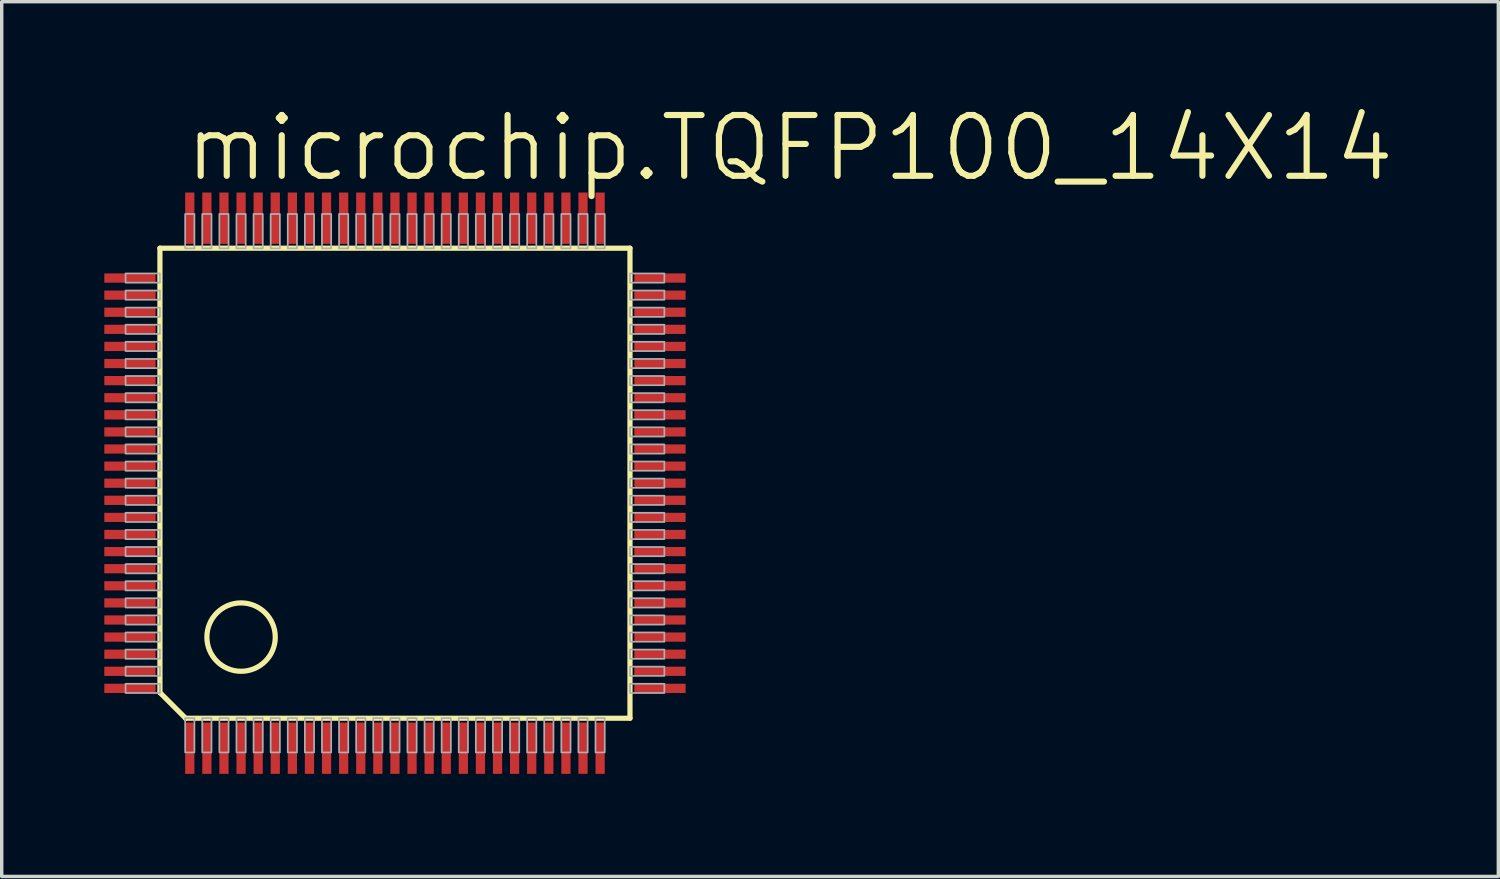
<source format=kicad_pcb>
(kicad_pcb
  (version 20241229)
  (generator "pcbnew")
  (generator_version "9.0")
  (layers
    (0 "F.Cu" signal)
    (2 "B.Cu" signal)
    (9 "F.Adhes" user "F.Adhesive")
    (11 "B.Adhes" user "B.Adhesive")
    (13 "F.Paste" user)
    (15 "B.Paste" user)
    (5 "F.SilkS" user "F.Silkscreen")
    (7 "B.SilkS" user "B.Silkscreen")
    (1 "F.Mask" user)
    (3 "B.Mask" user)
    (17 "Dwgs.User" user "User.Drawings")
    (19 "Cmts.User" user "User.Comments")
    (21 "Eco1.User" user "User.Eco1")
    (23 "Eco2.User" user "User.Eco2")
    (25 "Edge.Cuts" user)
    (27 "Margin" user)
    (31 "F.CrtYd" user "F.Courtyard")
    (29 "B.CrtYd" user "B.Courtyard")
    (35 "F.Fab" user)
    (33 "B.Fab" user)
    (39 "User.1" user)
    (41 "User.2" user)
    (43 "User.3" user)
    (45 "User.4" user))
  (footprint "microchip.TQFP100_14X14"
    (layer "F.Cu")
    (at 8.5 11.081)
    (property "Reference" "microchip.TQFP100_14X14" (at -6.223 -8.763 0) (layer "F.SilkS") (effects (font (size 1.778 1.778) (thickness 0.18)) (justify left bottom)))
    (attr smd)
    (fp_line (start -6.873 -6.873) (end 6.873 -6.873) (stroke (width 0.152) (type default)) (layer "F.SilkS"))
    (fp_line (start -6.873 6.123) (end -6.873 -6.873) (stroke (width 0.152) (type default)) (layer "F.SilkS"))
    (fp_line (start -6.123 6.873) (end -6.873 6.123) (stroke (width 0.152) (type default)) (layer "F.SilkS"))
    (fp_line (start 6.873 -6.873) (end 6.873 6.873) (stroke (width 0.152) (type default)) (layer "F.SilkS"))
    (fp_line (start 6.873 6.873) (end -6.123 6.873) (stroke (width 0.152) (type default)) (layer "F.SilkS"))
    (fp_circle (center -4.5 4.5) (end -3.5 4.5) (stroke (width 0.152) (type default)) (fill no) (layer "F.SilkS"))
    (fp_rect (start -7.878 -5.865) (end -6.873 -6.135) (stroke (width 0.05) (type default)) (fill no) (layer "F.Fab"))
    (fp_rect (start -7.878 -5.365) (end -6.873 -5.635) (stroke (width 0.05) (type default)) (fill no) (layer "F.Fab"))
    (fp_rect (start -7.878 -4.865) (end -6.873 -5.135) (stroke (width 0.05) (type default)) (fill no) (layer "F.Fab"))
    (fp_rect (start -7.878 -4.365) (end -6.873 -4.635) (stroke (width 0.05) (type default)) (fill no) (layer "F.Fab"))
    (fp_rect (start -7.878 -3.865) (end -6.873 -4.135) (stroke (width 0.05) (type default)) (fill no) (layer "F.Fab"))
    (fp_rect (start -7.878 -3.365) (end -6.873 -3.635) (stroke (width 0.05) (type default)) (fill no) (layer "F.Fab"))
    (fp_rect (start -7.878 -2.865) (end -6.873 -3.135) (stroke (width 0.05) (type default)) (fill no) (layer "F.Fab"))
    (fp_rect (start -7.878 -2.365) (end -6.873 -2.635) (stroke (width 0.05) (type default)) (fill no) (layer "F.Fab"))
    (fp_rect (start -7.878 -1.865) (end -6.873 -2.135) (stroke (width 0.05) (type default)) (fill no) (layer "F.Fab"))
    (fp_rect (start -7.878 -1.365) (end -6.873 -1.635) (stroke (width 0.05) (type default)) (fill no) (layer "F.Fab"))
    (fp_rect (start -7.878 -0.865) (end -6.873 -1.135) (stroke (width 0.05) (type default)) (fill no) (layer "F.Fab"))
    (fp_rect (start -7.878 -0.365) (end -6.873 -0.635) (stroke (width 0.05) (type default)) (fill no) (layer "F.Fab"))
    (fp_rect (start -7.878 0.135) (end -6.873 -0.135) (stroke (width 0.05) (type default)) (fill no) (layer "F.Fab"))
    (fp_rect (start -7.878 0.635) (end -6.873 0.365) (stroke (width 0.05) (type default)) (fill no) (layer "F.Fab"))
    (fp_rect (start -7.878 1.135) (end -6.873 0.865) (stroke (width 0.05) (type default)) (fill no) (layer "F.Fab"))
    (fp_rect (start -7.878 1.635) (end -6.873 1.365) (stroke (width 0.05) (type default)) (fill no) (layer "F.Fab"))
    (fp_rect (start -7.878 2.135) (end -6.873 1.865) (stroke (width 0.05) (type default)) (fill no) (layer "F.Fab"))
    (fp_rect (start -7.878 2.635) (end -6.873 2.365) (stroke (width 0.05) (type default)) (fill no) (layer "F.Fab"))
    (fp_rect (start -7.878 3.135) (end -6.873 2.865) (stroke (width 0.05) (type default)) (fill no) (layer "F.Fab"))
    (fp_rect (start -7.878 3.635) (end -6.873 3.365) (stroke (width 0.05) (type default)) (fill no) (layer "F.Fab"))
    (fp_rect (start -7.878 4.135) (end -6.873 3.865) (stroke (width 0.05) (type default)) (fill no) (layer "F.Fab"))
    (fp_rect (start -7.878 4.635) (end -6.873 4.365) (stroke (width 0.05) (type default)) (fill no) (layer "F.Fab"))
    (fp_rect (start -7.878 5.135) (end -6.873 4.865) (stroke (width 0.05) (type default)) (fill no) (layer "F.Fab"))
    (fp_rect (start -7.878 5.635) (end -6.873 5.365) (stroke (width 0.05) (type default)) (fill no) (layer "F.Fab"))
    (fp_rect (start -7.878 6.135) (end -6.873 5.865) (stroke (width 0.05) (type default)) (fill no) (layer "F.Fab"))
    (fp_rect (start -6.135 -6.868) (end -5.865 -7.873) (stroke (width 0.05) (type default)) (fill no) (layer "F.Fab"))
    (fp_rect (start -6.135 7.873) (end -5.865 6.868) (stroke (width 0.05) (type default)) (fill no) (layer "F.Fab"))
    (fp_rect (start -5.635 -6.868) (end -5.365 -7.873) (stroke (width 0.05) (type default)) (fill no) (layer "F.Fab"))
    (fp_rect (start -5.635 7.873) (end -5.365 6.868) (stroke (width 0.05) (type default)) (fill no) (layer "F.Fab"))
    (fp_rect (start -5.135 -6.868) (end -4.865 -7.873) (stroke (width 0.05) (type default)) (fill no) (layer "F.Fab"))
    (fp_rect (start -5.135 7.873) (end -4.865 6.868) (stroke (width 0.05) (type default)) (fill no) (layer "F.Fab"))
    (fp_rect (start -4.635 -6.868) (end -4.365 -7.873) (stroke (width 0.05) (type default)) (fill no) (layer "F.Fab"))
    (fp_rect (start -4.635 7.873) (end -4.365 6.868) (stroke (width 0.05) (type default)) (fill no) (layer "F.Fab"))
    (fp_rect (start -4.135 -6.868) (end -3.865 -7.873) (stroke (width 0.05) (type default)) (fill no) (layer "F.Fab"))
    (fp_rect (start -4.135 7.873) (end -3.865 6.868) (stroke (width 0.05) (type default)) (fill no) (layer "F.Fab"))
    (fp_rect (start -3.635 -6.868) (end -3.365 -7.873) (stroke (width 0.05) (type default)) (fill no) (layer "F.Fab"))
    (fp_rect (start -3.635 7.873) (end -3.365 6.868) (stroke (width 0.05) (type default)) (fill no) (layer "F.Fab"))
    (fp_rect (start -3.135 -6.868) (end -2.865 -7.873) (stroke (width 0.05) (type default)) (fill no) (layer "F.Fab"))
    (fp_rect (start -3.135 7.873) (end -2.865 6.868) (stroke (width 0.05) (type default)) (fill no) (layer "F.Fab"))
    (fp_rect (start -2.635 -6.868) (end -2.365 -7.873) (stroke (width 0.05) (type default)) (fill no) (layer "F.Fab"))
    (fp_rect (start -2.635 7.873) (end -2.365 6.868) (stroke (width 0.05) (type default)) (fill no) (layer "F.Fab"))
    (fp_rect (start -2.135 -6.868) (end -1.865 -7.873) (stroke (width 0.05) (type default)) (fill no) (layer "F.Fab"))
    (fp_rect (start -2.135 7.873) (end -1.865 6.868) (stroke (width 0.05) (type default)) (fill no) (layer "F.Fab"))
    (fp_rect (start -1.635 -6.868) (end -1.365 -7.873) (stroke (width 0.05) (type default)) (fill no) (layer "F.Fab"))
    (fp_rect (start -1.635 7.873) (end -1.365 6.868) (stroke (width 0.05) (type default)) (fill no) (layer "F.Fab"))
    (fp_rect (start -1.135 -6.868) (end -0.865 -7.873) (stroke (width 0.05) (type default)) (fill no) (layer "F.Fab"))
    (fp_rect (start -1.135 7.873) (end -0.865 6.868) (stroke (width 0.05) (type default)) (fill no) (layer "F.Fab"))
    (fp_rect (start -0.635 -6.868) (end -0.365 -7.873) (stroke (width 0.05) (type default)) (fill no) (layer "F.Fab"))
    (fp_rect (start -0.635 7.873) (end -0.365 6.868) (stroke (width 0.05) (type default)) (fill no) (layer "F.Fab"))
    (fp_rect (start -0.135 -6.868) (end 0.135 -7.873) (stroke (width 0.05) (type default)) (fill no) (layer "F.Fab"))
    (fp_rect (start -0.135 7.873) (end 0.135 6.868) (stroke (width 0.05) (type default)) (fill no) (layer "F.Fab"))
    (fp_rect (start 0.365 -6.868) (end 0.635 -7.873) (stroke (width 0.05) (type default)) (fill no) (layer "F.Fab"))
    (fp_rect (start 0.365 7.873) (end 0.635 6.868) (stroke (width 0.05) (type default)) (fill no) (layer "F.Fab"))
    (fp_rect (start 0.865 -6.868) (end 1.135 -7.873) (stroke (width 0.05) (type default)) (fill no) (layer "F.Fab"))
    (fp_rect (start 0.865 7.873) (end 1.135 6.868) (stroke (width 0.05) (type default)) (fill no) (layer "F.Fab"))
    (fp_rect (start 1.365 -6.868) (end 1.635 -7.873) (stroke (width 0.05) (type default)) (fill no) (layer "F.Fab"))
    (fp_rect (start 1.365 7.873) (end 1.635 6.868) (stroke (width 0.05) (type default)) (fill no) (layer "F.Fab"))
    (fp_rect (start 1.865 -6.868) (end 2.135 -7.873) (stroke (width 0.05) (type default)) (fill no) (layer "F.Fab"))
    (fp_rect (start 1.865 7.873) (end 2.135 6.868) (stroke (width 0.05) (type default)) (fill no) (layer "F.Fab"))
    (fp_rect (start 2.365 -6.868) (end 2.635 -7.873) (stroke (width 0.05) (type default)) (fill no) (layer "F.Fab"))
    (fp_rect (start 2.365 7.873) (end 2.635 6.868) (stroke (width 0.05) (type default)) (fill no) (layer "F.Fab"))
    (fp_rect (start 2.865 -6.868) (end 3.135 -7.873) (stroke (width 0.05) (type default)) (fill no) (layer "F.Fab"))
    (fp_rect (start 2.865 7.873) (end 3.135 6.868) (stroke (width 0.05) (type default)) (fill no) (layer "F.Fab"))
    (fp_rect (start 3.365 -6.868) (end 3.635 -7.873) (stroke (width 0.05) (type default)) (fill no) (layer "F.Fab"))
    (fp_rect (start 3.365 7.873) (end 3.635 6.868) (stroke (width 0.05) (type default)) (fill no) (layer "F.Fab"))
    (fp_rect (start 3.865 -6.868) (end 4.135 -7.873) (stroke (width 0.05) (type default)) (fill no) (layer "F.Fab"))
    (fp_rect (start 3.865 7.873) (end 4.135 6.868) (stroke (width 0.05) (type default)) (fill no) (layer "F.Fab"))
    (fp_rect (start 4.365 -6.868) (end 4.635 -7.873) (stroke (width 0.05) (type default)) (fill no) (layer "F.Fab"))
    (fp_rect (start 4.365 7.873) (end 4.635 6.868) (stroke (width 0.05) (type default)) (fill no) (layer "F.Fab"))
    (fp_rect (start 4.865 -6.868) (end 5.135 -7.873) (stroke (width 0.05) (type default)) (fill no) (layer "F.Fab"))
    (fp_rect (start 4.865 7.873) (end 5.135 6.868) (stroke (width 0.05) (type default)) (fill no) (layer "F.Fab"))
    (fp_rect (start 5.365 -6.868) (end 5.635 -7.873) (stroke (width 0.05) (type default)) (fill no) (layer "F.Fab"))
    (fp_rect (start 5.365 7.873) (end 5.635 6.868) (stroke (width 0.05) (type default)) (fill no) (layer "F.Fab"))
    (fp_rect (start 5.865 -6.868) (end 6.135 -7.873) (stroke (width 0.05) (type default)) (fill no) (layer "F.Fab"))
    (fp_rect (start 5.865 7.873) (end 6.135 6.868) (stroke (width 0.05) (type default)) (fill no) (layer "F.Fab"))
    (fp_rect (start 6.873 -5.865) (end 7.878 -6.135) (stroke (width 0.05) (type default)) (fill no) (layer "F.Fab"))
    (fp_rect (start 6.873 -5.365) (end 7.878 -5.635) (stroke (width 0.05) (type default)) (fill no) (layer "F.Fab"))
    (fp_rect (start 6.873 -4.865) (end 7.878 -5.135) (stroke (width 0.05) (type default)) (fill no) (layer "F.Fab"))
    (fp_rect (start 6.873 -4.365) (end 7.878 -4.635) (stroke (width 0.05) (type default)) (fill no) (layer "F.Fab"))
    (fp_rect (start 6.873 -3.865) (end 7.878 -4.135) (stroke (width 0.05) (type default)) (fill no) (layer "F.Fab"))
    (fp_rect (start 6.873 -3.365) (end 7.878 -3.635) (stroke (width 0.05) (type default)) (fill no) (layer "F.Fab"))
    (fp_rect (start 6.873 -2.865) (end 7.878 -3.135) (stroke (width 0.05) (type default)) (fill no) (layer "F.Fab"))
    (fp_rect (start 6.873 -2.365) (end 7.878 -2.635) (stroke (width 0.05) (type default)) (fill no) (layer "F.Fab"))
    (fp_rect (start 6.873 -1.865) (end 7.878 -2.135) (stroke (width 0.05) (type default)) (fill no) (layer "F.Fab"))
    (fp_rect (start 6.873 -1.365) (end 7.878 -1.635) (stroke (width 0.05) (type default)) (fill no) (layer "F.Fab"))
    (fp_rect (start 6.873 -0.865) (end 7.878 -1.135) (stroke (width 0.05) (type default)) (fill no) (layer "F.Fab"))
    (fp_rect (start 6.873 -0.365) (end 7.878 -0.635) (stroke (width 0.05) (type default)) (fill no) (layer "F.Fab"))
    (fp_rect (start 6.873 0.135) (end 7.878 -0.135) (stroke (width 0.05) (type default)) (fill no) (layer "F.Fab"))
    (fp_rect (start 6.873 0.635) (end 7.878 0.365) (stroke (width 0.05) (type default)) (fill no) (layer "F.Fab"))
    (fp_rect (start 6.873 1.135) (end 7.878 0.865) (stroke (width 0.05) (type default)) (fill no) (layer "F.Fab"))
    (fp_rect (start 6.873 1.635) (end 7.878 1.365) (stroke (width 0.05) (type default)) (fill no) (layer "F.Fab"))
    (fp_rect (start 6.873 2.135) (end 7.878 1.865) (stroke (width 0.05) (type default)) (fill no) (layer "F.Fab"))
    (fp_rect (start 6.873 2.635) (end 7.878 2.365) (stroke (width 0.05) (type default)) (fill no) (layer "F.Fab"))
    (fp_rect (start 6.873 3.135) (end 7.878 2.865) (stroke (width 0.05) (type default)) (fill no) (layer "F.Fab"))
    (fp_rect (start 6.873 3.635) (end 7.878 3.365) (stroke (width 0.05) (type default)) (fill no) (layer "F.Fab"))
    (fp_rect (start 6.873 4.135) (end 7.878 3.865) (stroke (width 0.05) (type default)) (fill no) (layer "F.Fab"))
    (fp_rect (start 6.873 4.635) (end 7.878 4.365) (stroke (width 0.05) (type default)) (fill no) (layer "F.Fab"))
    (fp_rect (start 6.873 5.135) (end 7.878 4.865) (stroke (width 0.05) (type default)) (fill no) (layer "F.Fab"))
    (fp_rect (start 6.873 5.635) (end 7.878 5.365) (stroke (width 0.05) (type default)) (fill no) (layer "F.Fab"))
    (fp_rect (start 6.873 6.135) (end 7.878 5.865) (stroke (width 0.05) (type default)) (fill no) (layer "F.Fab"))
    (pad "1" smd roundrect (at -6 7.75) (size 0.27 1.5) (layers "F.Cu" "F.Mask" "F.Paste") (roundrect_rratio 0.01))
    (pad "2" smd roundrect (at -5.5 7.75) (size 0.27 1.5) (layers "F.Cu" "F.Mask" "F.Paste") (roundrect_rratio 0.01))
    (pad "3" smd roundrect (at -5 7.75) (size 0.27 1.5) (layers "F.Cu" "F.Mask" "F.Paste") (roundrect_rratio 0.01))
    (pad "4" smd roundrect (at -4.5 7.75) (size 0.27 1.5) (layers "F.Cu" "F.Mask" "F.Paste") (roundrect_rratio 0.01))
    (pad "5" smd roundrect (at -4 7.75) (size 0.27 1.5) (layers "F.Cu" "F.Mask" "F.Paste") (roundrect_rratio 0.01))
    (pad "6" smd roundrect (at -3.5 7.75) (size 0.27 1.5) (layers "F.Cu" "F.Mask" "F.Paste") (roundrect_rratio 0.01))
    (pad "7" smd roundrect (at -3 7.75) (size 0.27 1.5) (layers "F.Cu" "F.Mask" "F.Paste") (roundrect_rratio 0.01))
    (pad "8" smd roundrect (at -2.5 7.75) (size 0.27 1.5) (layers "F.Cu" "F.Mask" "F.Paste") (roundrect_rratio 0.01))
    (pad "9" smd roundrect (at -2 7.75) (size 0.27 1.5) (layers "F.Cu" "F.Mask" "F.Paste") (roundrect_rratio 0.01))
    (pad "10" smd roundrect (at -1.5 7.75) (size 0.27 1.5) (layers "F.Cu" "F.Mask" "F.Paste") (roundrect_rratio 0.01))
    (pad "11" smd roundrect (at -1 7.75) (size 0.27 1.5) (layers "F.Cu" "F.Mask" "F.Paste") (roundrect_rratio 0.01))
    (pad "12" smd roundrect (at -0.5 7.75) (size 0.27 1.5) (layers "F.Cu" "F.Mask" "F.Paste") (roundrect_rratio 0.01))
    (pad "13" smd roundrect (at 0 7.75) (size 0.27 1.5) (layers "F.Cu" "F.Mask" "F.Paste") (roundrect_rratio 0.01))
    (pad "14" smd roundrect (at 0.5 7.75) (size 0.27 1.5) (layers "F.Cu" "F.Mask" "F.Paste") (roundrect_rratio 0.01))
    (pad "15" smd roundrect (at 1 7.75) (size 0.27 1.5) (layers "F.Cu" "F.Mask" "F.Paste") (roundrect_rratio 0.01))
    (pad "16" smd roundrect (at 1.5 7.75) (size 0.27 1.5) (layers "F.Cu" "F.Mask" "F.Paste") (roundrect_rratio 0.01))
    (pad "17" smd roundrect (at 2 7.75) (size 0.27 1.5) (layers "F.Cu" "F.Mask" "F.Paste") (roundrect_rratio 0.01))
    (pad "18" smd roundrect (at 2.5 7.75) (size 0.27 1.5) (layers "F.Cu" "F.Mask" "F.Paste") (roundrect_rratio 0.01))
    (pad "19" smd roundrect (at 3 7.75) (size 0.27 1.5) (layers "F.Cu" "F.Mask" "F.Paste") (roundrect_rratio 0.01))
    (pad "20" smd roundrect (at 3.5 7.75) (size 0.27 1.5) (layers "F.Cu" "F.Mask" "F.Paste") (roundrect_rratio 0.01))
    (pad "21" smd roundrect (at 4 7.75) (size 0.27 1.5) (layers "F.Cu" "F.Mask" "F.Paste") (roundrect_rratio 0.01))
    (pad "22" smd roundrect (at 4.5 7.75) (size 0.27 1.5) (layers "F.Cu" "F.Mask" "F.Paste") (roundrect_rratio 0.01))
    (pad "23" smd roundrect (at 5 7.75) (size 0.27 1.5) (layers "F.Cu" "F.Mask" "F.Paste") (roundrect_rratio 0.01))
    (pad "24" smd roundrect (at 5.5 7.75) (size 0.27 1.5) (layers "F.Cu" "F.Mask" "F.Paste") (roundrect_rratio 0.01))
    (pad "25" smd roundrect (at 6 7.75) (size 0.27 1.5) (layers "F.Cu" "F.Mask" "F.Paste") (roundrect_rratio 0.01))
    (pad "26" smd roundrect (at 7.75 6) (size 1.5 0.27) (layers "F.Cu" "F.Mask" "F.Paste") (roundrect_rratio 0.01))
    (pad "27" smd roundrect (at 7.75 5.5) (size 1.5 0.27) (layers "F.Cu" "F.Mask" "F.Paste") (roundrect_rratio 0.01))
    (pad "28" smd roundrect (at 7.75 5) (size 1.5 0.27) (layers "F.Cu" "F.Mask" "F.Paste") (roundrect_rratio 0.01))
    (pad "29" smd roundrect (at 7.75 4.5) (size 1.5 0.27) (layers "F.Cu" "F.Mask" "F.Paste") (roundrect_rratio 0.01))
    (pad "30" smd roundrect (at 7.75 4) (size 1.5 0.27) (layers "F.Cu" "F.Mask" "F.Paste") (roundrect_rratio 0.01))
    (pad "31" smd roundrect (at 7.75 3.5) (size 1.5 0.27) (layers "F.Cu" "F.Mask" "F.Paste") (roundrect_rratio 0.01))
    (pad "32" smd roundrect (at 7.75 3) (size 1.5 0.27) (layers "F.Cu" "F.Mask" "F.Paste") (roundrect_rratio 0.01))
    (pad "33" smd roundrect (at 7.75 2.5) (size 1.5 0.27) (layers "F.Cu" "F.Mask" "F.Paste") (roundrect_rratio 0.01))
    (pad "34" smd roundrect (at 7.75 2) (size 1.5 0.27) (layers "F.Cu" "F.Mask" "F.Paste") (roundrect_rratio 0.01))
    (pad "35" smd roundrect (at 7.75 1.5) (size 1.5 0.27) (layers "F.Cu" "F.Mask" "F.Paste") (roundrect_rratio 0.01))
    (pad "36" smd roundrect (at 7.75 1) (size 1.5 0.27) (layers "F.Cu" "F.Mask" "F.Paste") (roundrect_rratio 0.01))
    (pad "37" smd roundrect (at 7.75 0.5) (size 1.5 0.27) (layers "F.Cu" "F.Mask" "F.Paste") (roundrect_rratio 0.01))
    (pad "38" smd roundrect (at 7.75 0) (size 1.5 0.27) (layers "F.Cu" "F.Mask" "F.Paste") (roundrect_rratio 0.01))
    (pad "39" smd roundrect (at 7.75 -0.5) (size 1.5 0.27) (layers "F.Cu" "F.Mask" "F.Paste") (roundrect_rratio 0.01))
    (pad "40" smd roundrect (at 7.75 -1) (size 1.5 0.27) (layers "F.Cu" "F.Mask" "F.Paste") (roundrect_rratio 0.01))
    (pad "41" smd roundrect (at 7.75 -1.5) (size 1.5 0.27) (layers "F.Cu" "F.Mask" "F.Paste") (roundrect_rratio 0.01))
    (pad "42" smd roundrect (at 7.75 -2) (size 1.5 0.27) (layers "F.Cu" "F.Mask" "F.Paste") (roundrect_rratio 0.01))
    (pad "43" smd roundrect (at 7.75 -2.5) (size 1.5 0.27) (layers "F.Cu" "F.Mask" "F.Paste") (roundrect_rratio 0.01))
    (pad "44" smd roundrect (at 7.75 -3) (size 1.5 0.27) (layers "F.Cu" "F.Mask" "F.Paste") (roundrect_rratio 0.01))
    (pad "45" smd roundrect (at 7.75 -3.5) (size 1.5 0.27) (layers "F.Cu" "F.Mask" "F.Paste") (roundrect_rratio 0.01))
    (pad "46" smd roundrect (at 7.75 -4) (size 1.5 0.27) (layers "F.Cu" "F.Mask" "F.Paste") (roundrect_rratio 0.01))
    (pad "47" smd roundrect (at 7.75 -4.5) (size 1.5 0.27) (layers "F.Cu" "F.Mask" "F.Paste") (roundrect_rratio 0.01))
    (pad "48" smd roundrect (at 7.75 -5) (size 1.5 0.27) (layers "F.Cu" "F.Mask" "F.Paste") (roundrect_rratio 0.01))
    (pad "49" smd roundrect (at 7.75 -5.5) (size 1.5 0.27) (layers "F.Cu" "F.Mask" "F.Paste") (roundrect_rratio 0.01))
    (pad "50" smd roundrect (at 7.75 -6) (size 1.5 0.27) (layers "F.Cu" "F.Mask" "F.Paste") (roundrect_rratio 0.01))
    (pad "51" smd roundrect (at 6 -7.75) (size 0.27 1.5) (layers "F.Cu" "F.Mask" "F.Paste") (roundrect_rratio 0.01))
    (pad "52" smd roundrect (at 5.5 -7.75) (size 0.27 1.5) (layers "F.Cu" "F.Mask" "F.Paste") (roundrect_rratio 0.01))
    (pad "53" smd roundrect (at 5 -7.75) (size 0.27 1.5) (layers "F.Cu" "F.Mask" "F.Paste") (roundrect_rratio 0.01))
    (pad "54" smd roundrect (at 4.5 -7.75) (size 0.27 1.5) (layers "F.Cu" "F.Mask" "F.Paste") (roundrect_rratio 0.01))
    (pad "55" smd roundrect (at 4 -7.75) (size 0.27 1.5) (layers "F.Cu" "F.Mask" "F.Paste") (roundrect_rratio 0.01))
    (pad "56" smd roundrect (at 3.5 -7.75) (size 0.27 1.5) (layers "F.Cu" "F.Mask" "F.Paste") (roundrect_rratio 0.01))
    (pad "57" smd roundrect (at 3 -7.75) (size 0.27 1.5) (layers "F.Cu" "F.Mask" "F.Paste") (roundrect_rratio 0.01))
    (pad "58" smd roundrect (at 2.5 -7.75) (size 0.27 1.5) (layers "F.Cu" "F.Mask" "F.Paste") (roundrect_rratio 0.01))
    (pad "59" smd roundrect (at 2 -7.75) (size 0.27 1.5) (layers "F.Cu" "F.Mask" "F.Paste") (roundrect_rratio 0.01))
    (pad "60" smd roundrect (at 1.5 -7.75) (size 0.27 1.5) (layers "F.Cu" "F.Mask" "F.Paste") (roundrect_rratio 0.01))
    (pad "61" smd roundrect (at 1 -7.75) (size 0.27 1.5) (layers "F.Cu" "F.Mask" "F.Paste") (roundrect_rratio 0.01))
    (pad "62" smd roundrect (at 0.5 -7.75) (size 0.27 1.5) (layers "F.Cu" "F.Mask" "F.Paste") (roundrect_rratio 0.01))
    (pad "63" smd roundrect (at 0 -7.75) (size 0.27 1.5) (layers "F.Cu" "F.Mask" "F.Paste") (roundrect_rratio 0.01))
    (pad "64" smd roundrect (at -0.5 -7.75) (size 0.27 1.5) (layers "F.Cu" "F.Mask" "F.Paste") (roundrect_rratio 0.01))
    (pad "65" smd roundrect (at -1 -7.75) (size 0.27 1.5) (layers "F.Cu" "F.Mask" "F.Paste") (roundrect_rratio 0.01))
    (pad "66" smd roundrect (at -1.5 -7.75) (size 0.27 1.5) (layers "F.Cu" "F.Mask" "F.Paste") (roundrect_rratio 0.01))
    (pad "67" smd roundrect (at -2 -7.75) (size 0.27 1.5) (layers "F.Cu" "F.Mask" "F.Paste") (roundrect_rratio 0.01))
    (pad "68" smd roundrect (at -2.5 -7.75) (size 0.27 1.5) (layers "F.Cu" "F.Mask" "F.Paste") (roundrect_rratio 0.01))
    (pad "69" smd roundrect (at -3 -7.75) (size 0.27 1.5) (layers "F.Cu" "F.Mask" "F.Paste") (roundrect_rratio 0.01))
    (pad "70" smd roundrect (at -3.5 -7.75) (size 0.27 1.5) (layers "F.Cu" "F.Mask" "F.Paste") (roundrect_rratio 0.01))
    (pad "71" smd roundrect (at -4 -7.75) (size 0.27 1.5) (layers "F.Cu" "F.Mask" "F.Paste") (roundrect_rratio 0.01))
    (pad "72" smd roundrect (at -4.5 -7.75) (size 0.27 1.5) (layers "F.Cu" "F.Mask" "F.Paste") (roundrect_rratio 0.01))
    (pad "73" smd roundrect (at -5 -7.75) (size 0.27 1.5) (layers "F.Cu" "F.Mask" "F.Paste") (roundrect_rratio 0.01))
    (pad "74" smd roundrect (at -5.5 -7.75) (size 0.27 1.5) (layers "F.Cu" "F.Mask" "F.Paste") (roundrect_rratio 0.01))
    (pad "75" smd roundrect (at -6 -7.75) (size 0.27 1.5) (layers "F.Cu" "F.Mask" "F.Paste") (roundrect_rratio 0.01))
    (pad "76" smd roundrect (at -7.75 -6) (size 1.5 0.27) (layers "F.Cu" "F.Mask" "F.Paste") (roundrect_rratio 0.01))
    (pad "77" smd roundrect (at -7.75 -5.5) (size 1.5 0.27) (layers "F.Cu" "F.Mask" "F.Paste") (roundrect_rratio 0.01))
    (pad "78" smd roundrect (at -7.75 -5) (size 1.5 0.27) (layers "F.Cu" "F.Mask" "F.Paste") (roundrect_rratio 0.01))
    (pad "79" smd roundrect (at -7.75 -4.5) (size 1.5 0.27) (layers "F.Cu" "F.Mask" "F.Paste") (roundrect_rratio 0.01))
    (pad "80" smd roundrect (at -7.75 -4) (size 1.5 0.27) (layers "F.Cu" "F.Mask" "F.Paste") (roundrect_rratio 0.01))
    (pad "81" smd roundrect (at -7.75 -3.5) (size 1.5 0.27) (layers "F.Cu" "F.Mask" "F.Paste") (roundrect_rratio 0.01))
    (pad "82" smd roundrect (at -7.75 -3) (size 1.5 0.27) (layers "F.Cu" "F.Mask" "F.Paste") (roundrect_rratio 0.01))
    (pad "83" smd roundrect (at -7.75 -2.5) (size 1.5 0.27) (layers "F.Cu" "F.Mask" "F.Paste") (roundrect_rratio 0.01))
    (pad "84" smd roundrect (at -7.75 -2) (size 1.5 0.27) (layers "F.Cu" "F.Mask" "F.Paste") (roundrect_rratio 0.01))
    (pad "85" smd roundrect (at -7.75 -1.5) (size 1.5 0.27) (layers "F.Cu" "F.Mask" "F.Paste") (roundrect_rratio 0.01))
    (pad "86" smd roundrect (at -7.75 -1) (size 1.5 0.27) (layers "F.Cu" "F.Mask" "F.Paste") (roundrect_rratio 0.01))
    (pad "87" smd roundrect (at -7.75 -0.5) (size 1.5 0.27) (layers "F.Cu" "F.Mask" "F.Paste") (roundrect_rratio 0.01))
    (pad "88" smd roundrect (at -7.75 0) (size 1.5 0.27) (layers "F.Cu" "F.Mask" "F.Paste") (roundrect_rratio 0.01))
    (pad "89" smd roundrect (at -7.75 0.5) (size 1.5 0.27) (layers "F.Cu" "F.Mask" "F.Paste") (roundrect_rratio 0.01))
    (pad "90" smd roundrect (at -7.75 1) (size 1.5 0.27) (layers "F.Cu" "F.Mask" "F.Paste") (roundrect_rratio 0.01))
    (pad "91" smd roundrect (at -7.75 1.5) (size 1.5 0.27) (layers "F.Cu" "F.Mask" "F.Paste") (roundrect_rratio 0.01))
    (pad "92" smd roundrect (at -7.75 2) (size 1.5 0.27) (layers "F.Cu" "F.Mask" "F.Paste") (roundrect_rratio 0.01))
    (pad "93" smd roundrect (at -7.75 2.5) (size 1.5 0.27) (layers "F.Cu" "F.Mask" "F.Paste") (roundrect_rratio 0.01))
    (pad "94" smd roundrect (at -7.75 3) (size 1.5 0.27) (layers "F.Cu" "F.Mask" "F.Paste") (roundrect_rratio 0.01))
    (pad "95" smd roundrect (at -7.75 3.5) (size 1.5 0.27) (layers "F.Cu" "F.Mask" "F.Paste") (roundrect_rratio 0.01))
    (pad "96" smd roundrect (at -7.75 4) (size 1.5 0.27) (layers "F.Cu" "F.Mask" "F.Paste") (roundrect_rratio 0.01))
    (pad "97" smd roundrect (at -7.75 4.5) (size 1.5 0.27) (layers "F.Cu" "F.Mask" "F.Paste") (roundrect_rratio 0.01))
    (pad "98" smd roundrect (at -7.75 5) (size 1.5 0.27) (layers "F.Cu" "F.Mask" "F.Paste") (roundrect_rratio 0.01))
    (pad "99" smd roundrect (at -7.75 5.5) (size 1.5 0.27) (layers "F.Cu" "F.Mask" "F.Paste") (roundrect_rratio 0.01))
    (pad "100" smd roundrect (at -7.75 6) (size 1.5 0.27) (layers "F.Cu" "F.Mask" "F.Paste") (roundrect_rratio 0.01)))
  (gr_rect
    (start -3 -3)
    (end 40.767 22.581)
    (stroke (width 0.1) (type default))
    (fill no)
    (layer "Edge.Cuts")))
</source>
